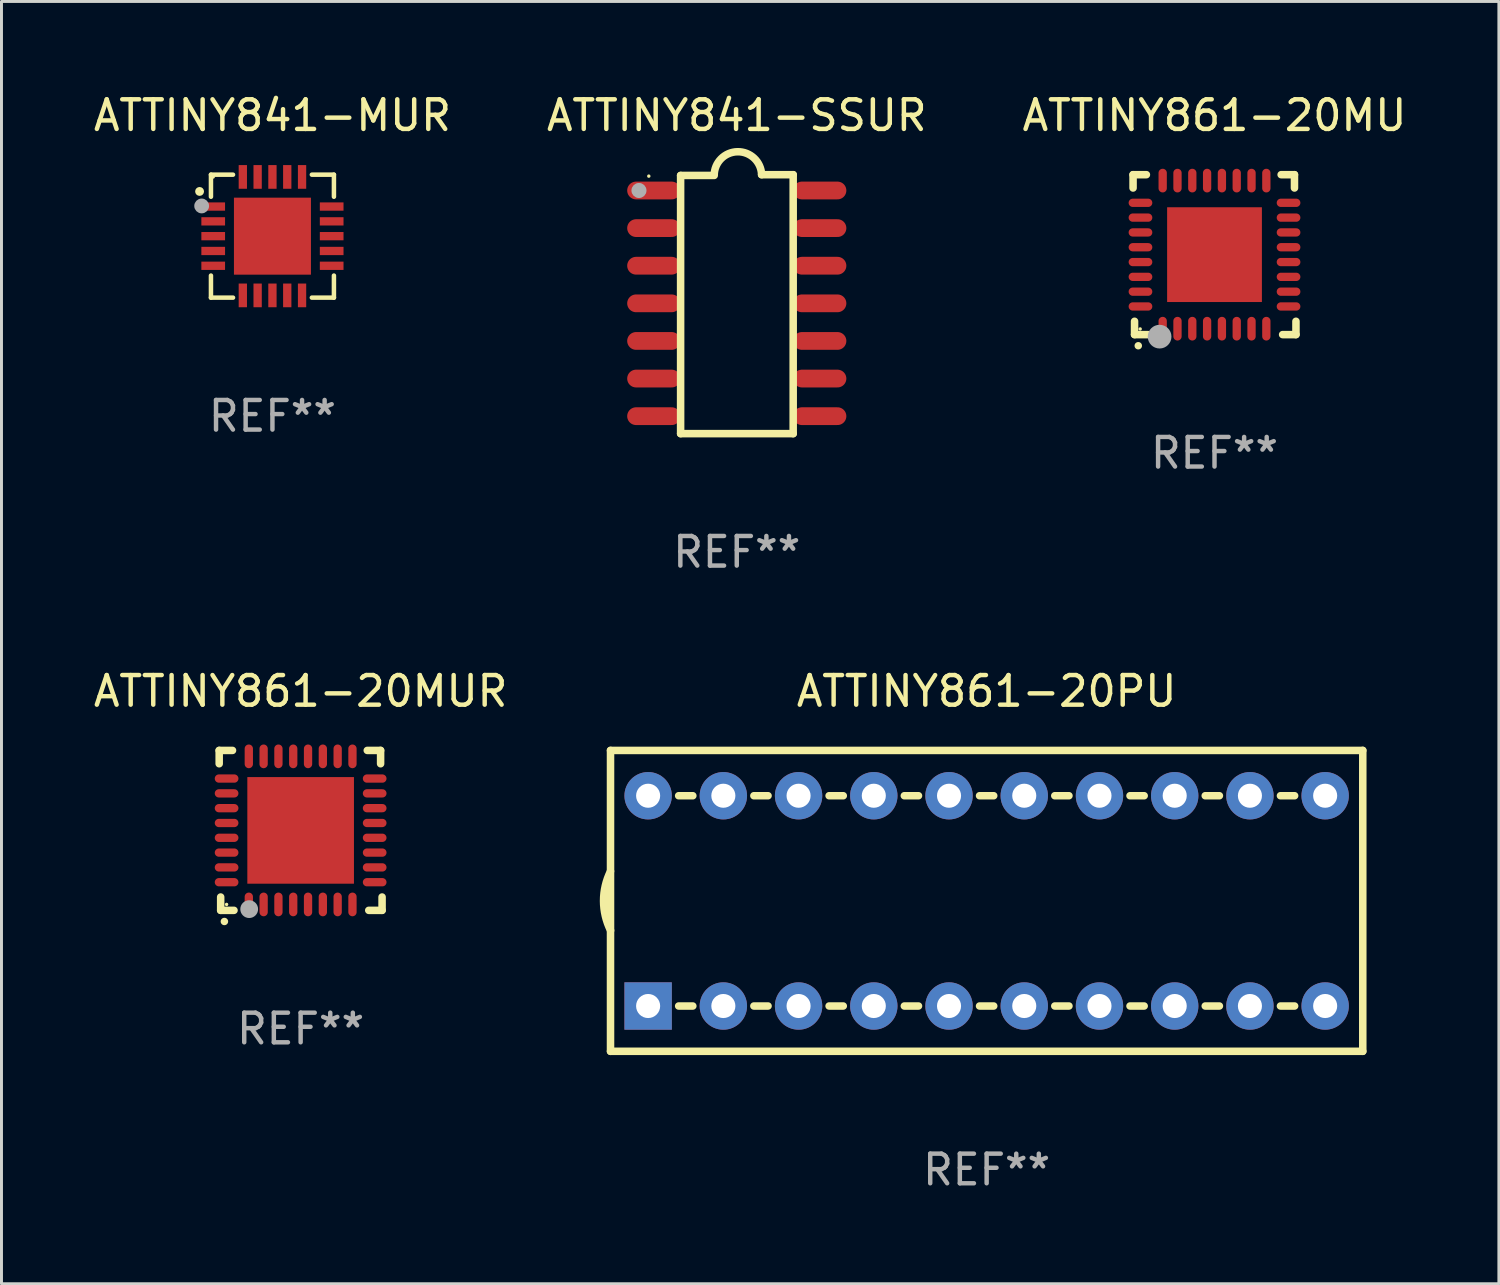
<source format=kicad_pcb>
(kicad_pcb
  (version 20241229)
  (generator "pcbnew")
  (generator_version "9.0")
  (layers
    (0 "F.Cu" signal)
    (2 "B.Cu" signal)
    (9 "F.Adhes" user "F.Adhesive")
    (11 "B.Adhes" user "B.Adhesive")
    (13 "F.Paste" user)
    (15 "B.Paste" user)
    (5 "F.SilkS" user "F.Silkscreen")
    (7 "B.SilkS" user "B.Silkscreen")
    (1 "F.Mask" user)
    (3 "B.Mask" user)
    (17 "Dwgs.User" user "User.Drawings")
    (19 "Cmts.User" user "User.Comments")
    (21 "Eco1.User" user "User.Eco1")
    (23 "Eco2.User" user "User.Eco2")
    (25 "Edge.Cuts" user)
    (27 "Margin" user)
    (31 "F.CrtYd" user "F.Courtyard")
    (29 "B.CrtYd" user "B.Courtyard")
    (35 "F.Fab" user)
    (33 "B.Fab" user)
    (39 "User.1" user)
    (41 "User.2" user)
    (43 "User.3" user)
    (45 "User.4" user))
  (footprint "ATTINY841-MUR"
    (layer "F.Cu")
    (at 6.149 4.924)
    (property "Reference" "ATTINY841-MUR" (at 0 -4.076 0) (layer "F.SilkS") (effects (font (size 1 1) (thickness 0.15))))
    (attr through_hole)
    (fp_line (start -2.076 -2.076) (end -2.076 -1.331) (stroke (width 0.152) (type solid)) (layer "F.SilkS"))
    (fp_line (start -2.076 2.076) (end -2.076 1.331) (stroke (width 0.152) (type solid)) (layer "F.SilkS"))
    (fp_line (start -1.331 -2.076) (end -2.076 -2.076) (stroke (width 0.152) (type solid)) (layer "F.SilkS"))
    (fp_line (start -1.331 2.076) (end -2.076 2.076) (stroke (width 0.152) (type solid)) (layer "F.SilkS"))
    (fp_line (start 1.331 -2.076) (end 2.076 -2.076) (stroke (width 0.152) (type solid)) (layer "F.SilkS"))
    (fp_line (start 1.331 2.076) (end 2.076 2.076) (stroke (width 0.152) (type solid)) (layer "F.SilkS"))
    (fp_line (start 2.076 -2.076) (end 2.076 -1.331) (stroke (width 0.152) (type solid)) (layer "F.SilkS"))
    (fp_line (start 2.076 2.076) (end 2.076 1.331) (stroke (width 0.152) (type solid)) (layer "F.SilkS"))
    (fp_circle (center -2.46 -1.51) (end -2.385 -1.51) (stroke (width 0.15) (type solid)) (fill no) (layer "F.SilkS"))
    (fp_circle (center -2 -2) (end -1.97 -2) (stroke (width 0.06) (type solid)) (fill no) (layer "F.SilkS"))
    (fp_circle (center -2.39 -1.02) (end -2.265 -1.02) (stroke (width 0.25) (type solid)) (fill no) (layer "F.Fab"))
    (fp_text user "REF**" (at 0 6.076 0) (layer "F.Fab") (effects (font (size 1 1) (thickness 0.15))))
    (pad "1" smd rect (at -2 -1) (size 0.8 0.28) (layers "F.Cu" "F.Mask" "F.Paste"))
    (pad "2" smd rect (at -2 -0.5) (size 0.8 0.28) (layers "F.Cu" "F.Mask" "F.Paste"))
    (pad "3" smd rect (at -2 0) (size 0.8 0.28) (layers "F.Cu" "F.Mask" "F.Paste"))
    (pad "4" smd rect (at -2 0.5) (size 0.8 0.28) (layers "F.Cu" "F.Mask" "F.Paste"))
    (pad "5" smd rect (at -2 1) (size 0.8 0.28) (layers "F.Cu" "F.Mask" "F.Paste"))
    (pad "6" smd rect (at -1 2) (size 0.28 0.8) (layers "F.Cu" "F.Mask" "F.Paste"))
    (pad "7" smd rect (at -0.5 2) (size 0.28 0.8) (layers "F.Cu" "F.Mask" "F.Paste"))
    (pad "8" smd rect (at 0 2) (size 0.28 0.8) (layers "F.Cu" "F.Mask" "F.Paste"))
    (pad "9" smd rect (at 0.5 2) (size 0.28 0.8) (layers "F.Cu" "F.Mask" "F.Paste"))
    (pad "10" smd rect (at 1 2) (size 0.28 0.8) (layers "F.Cu" "F.Mask" "F.Paste"))
    (pad "11" smd rect (at 2 1) (size 0.8 0.28) (layers "F.Cu" "F.Mask" "F.Paste"))
    (pad "12" smd rect (at 2 0.5) (size 0.8 0.28) (layers "F.Cu" "F.Mask" "F.Paste"))
    (pad "13" smd rect (at 2 0) (size 0.8 0.28) (layers "F.Cu" "F.Mask" "F.Paste"))
    (pad "14" smd rect (at 2 -0.5) (size 0.8 0.28) (layers "F.Cu" "F.Mask" "F.Paste"))
    (pad "15" smd rect (at 2 -1) (size 0.8 0.28) (layers "F.Cu" "F.Mask" "F.Paste"))
    (pad "16" smd rect (at 1 -2) (size 0.28 0.8) (layers "F.Cu" "F.Mask" "F.Paste"))
    (pad "17" smd rect (at 0.5 -2) (size 0.28 0.8) (layers "F.Cu" "F.Mask" "F.Paste"))
    (pad "18" smd rect (at 0 -2) (size 0.28 0.8) (layers "F.Cu" "F.Mask" "F.Paste"))
    (pad "19" smd rect (at -0.5 -2) (size 0.28 0.8) (layers "F.Cu" "F.Mask" "F.Paste"))
    (pad "20" smd rect (at -1 -2) (size 0.28 0.8) (layers "F.Cu" "F.Mask" "F.Paste"))
    (pad "21" smd rect (at 0 0) (size 2.6 2.6) (layers "F.Cu" "F.Mask" "F.Paste")))
  (footprint "ATTINY861-20MU"
    (layer "F.Cu")
    (at 37.958 5.548)
    (property "Reference" "ATTINY861-20MU" (at 0 -4.7 0) (layer "F.SilkS") (effects (font (size 1 1) (thickness 0.15))))
    (attr through_hole)
    (fp_line (start -2.75 -2.7) (end -2.75 -2.25) (stroke (width 0.254) (type solid)) (layer "F.SilkS"))
    (fp_line (start -2.7 2.7) (end -2.7 2.25) (stroke (width 0.254) (type solid)) (layer "F.SilkS"))
    (fp_line (start -2.3 -2.7) (end -2.75 -2.7) (stroke (width 0.254) (type solid)) (layer "F.SilkS"))
    (fp_line (start -2.25 2.7) (end -2.7 2.7) (stroke (width 0.254) (type solid)) (layer "F.SilkS"))
    (fp_line (start 2.3 2.7) (end 2.75 2.7) (stroke (width 0.254) (type solid)) (layer "F.SilkS"))
    (fp_line (start 2.7 -2.7) (end 2.25 -2.7) (stroke (width 0.254) (type solid)) (layer "F.SilkS"))
    (fp_line (start 2.7 -2.25) (end 2.7 -2.7) (stroke (width 0.254) (type solid)) (layer "F.SilkS"))
    (fp_line (start 2.75 2.7) (end 2.75 2.25) (stroke (width 0.254) (type solid)) (layer "F.SilkS"))
    (fp_arc (start -2.575565 3.075946) (mid -2.574295 3.07594) (end -2.573025 3.075946) (stroke (width 0.25) (type solid)) (layer "F.SilkS"))
    (fp_circle (center -2.51 2.51) (end -2.48 2.51) (stroke (width 0.06) (type solid)) (fill no) (layer "F.SilkS"))
    (fp_circle (center -1.854 2.769) (end -1.654 2.769) (stroke (width 0.4) (type solid)) (fill no) (layer "F.Fab"))
    (fp_text user "REF**" (at 0 6.7 0) (layer "F.Fab") (effects (font (size 1 1) (thickness 0.15))))
    (pad "1" smd oval (at -1.75 2.5) (size 0.28 0.8) (layers "F.Cu" "F.Mask" "F.Paste"))
    (pad "2" smd oval (at -1.25 2.5) (size 0.28 0.8) (layers "F.Cu" "F.Mask" "F.Paste"))
    (pad "3" smd oval (at -0.75 2.5) (size 0.28 0.8) (layers "F.Cu" "F.Mask" "F.Paste"))
    (pad "4" smd oval (at -0.25 2.5) (size 0.28 0.8) (layers "F.Cu" "F.Mask" "F.Paste"))
    (pad "5" smd oval (at 0.25 2.5) (size 0.28 0.8) (layers "F.Cu" "F.Mask" "F.Paste"))
    (pad "6" smd oval (at 0.75 2.5) (size 0.28 0.8) (layers "F.Cu" "F.Mask" "F.Paste"))
    (pad "7" smd oval (at 1.25 2.5) (size 0.28 0.8) (layers "F.Cu" "F.Mask" "F.Paste"))
    (pad "8" smd oval (at 1.75 2.5) (size 0.28 0.8) (layers "F.Cu" "F.Mask" "F.Paste"))
    (pad "9" smd oval (at 2.5 1.75 90) (size 0.28 0.8) (layers "F.Cu" "F.Mask" "F.Paste"))
    (pad "10" smd oval (at 2.5 1.25 90) (size 0.28 0.8) (layers "F.Cu" "F.Mask" "F.Paste"))
    (pad "11" smd oval (at 2.5 0.75 90) (size 0.28 0.8) (layers "F.Cu" "F.Mask" "F.Paste"))
    (pad "12" smd oval (at 2.5 0.25 90) (size 0.28 0.8) (layers "F.Cu" "F.Mask" "F.Paste"))
    (pad "13" smd oval (at 2.5 -0.25 90) (size 0.28 0.8) (layers "F.Cu" "F.Mask" "F.Paste"))
    (pad "14" smd oval (at 2.5 -0.75 90) (size 0.28 0.8) (layers "F.Cu" "F.Mask" "F.Paste"))
    (pad "15" smd oval (at 2.5 -1.25 90) (size 0.28 0.8) (layers "F.Cu" "F.Mask" "F.Paste"))
    (pad "16" smd oval (at 2.5 -1.75 90) (size 0.28 0.8) (layers "F.Cu" "F.Mask" "F.Paste"))
    (pad "17" smd oval (at 1.75 -2.5 180) (size 0.28 0.8) (layers "F.Cu" "F.Mask" "F.Paste"))
    (pad "18" smd oval (at 1.25 -2.5 180) (size 0.28 0.8) (layers "F.Cu" "F.Mask" "F.Paste"))
    (pad "19" smd oval (at 0.75 -2.5 180) (size 0.28 0.8) (layers "F.Cu" "F.Mask" "F.Paste"))
    (pad "20" smd oval (at 0.25 -2.5 180) (size 0.28 0.8) (layers "F.Cu" "F.Mask" "F.Paste"))
    (pad "21" smd oval (at -0.25 -2.5 180) (size 0.28 0.8) (layers "F.Cu" "F.Mask" "F.Paste"))
    (pad "22" smd oval (at -0.75 -2.5 180) (size 0.28 0.8) (layers "F.Cu" "F.Mask" "F.Paste"))
    (pad "23" smd oval (at -1.25 -2.5 180) (size 0.28 0.8) (layers "F.Cu" "F.Mask" "F.Paste"))
    (pad "24" smd oval (at -1.75 -2.5 180) (size 0.28 0.8) (layers "F.Cu" "F.Mask" "F.Paste"))
    (pad "25" smd oval (at -2.5 -1.75 270) (size 0.28 0.8) (layers "F.Cu" "F.Mask" "F.Paste"))
    (pad "26" smd oval (at -2.5 -1.25 270) (size 0.28 0.8) (layers "F.Cu" "F.Mask" "F.Paste"))
    (pad "27" smd oval (at -2.5 -0.75 270) (size 0.28 0.8) (layers "F.Cu" "F.Mask" "F.Paste"))
    (pad "28" smd oval (at -2.5 -0.25 270) (size 0.28 0.8) (layers "F.Cu" "F.Mask" "F.Paste"))
    (pad "29" smd oval (at -2.5 0.25 270) (size 0.28 0.8) (layers "F.Cu" "F.Mask" "F.Paste"))
    (pad "30" smd oval (at -2.5 0.75 270) (size 0.28 0.8) (layers "F.Cu" "F.Mask" "F.Paste"))
    (pad "31" smd oval (at -2.5 1.25 270) (size 0.28 0.8) (layers "F.Cu" "F.Mask" "F.Paste"))
    (pad "32" smd oval (at -2.5 1.75 270) (size 0.28 0.8) (layers "F.Cu" "F.Mask" "F.Paste"))
    (pad "33" smd rect (at 0.000076 0.000076) (size 3.2 3.2) (layers "F.Cu" "F.Mask" "F.Paste")))
  (footprint "ATTINY861-20PU"
    (layer "F.Cu")
    (at 30.264 27.368)
    (property "Reference" "ATTINY861-20PU" (at 0 -7.08 0) (layer "F.SilkS") (effects (font (size 1 1) (thickness 0.15))))
    (attr through_hole)
    (fp_line (start -12.7 -5.08) (end -12.7 5.08) (stroke (width 0.254) (type solid)) (layer "F.SilkS"))
    (fp_line (start -12.7 5.08) (end 12.7 5.08) (stroke (width 0.254) (type solid)) (layer "F.SilkS"))
    (fp_line (start -10.399 -3.55) (end -9.921 -3.55) (stroke (width 0.254) (type solid)) (layer "F.SilkS"))
    (fp_line (start -10.399 3.55) (end -9.921 3.55) (stroke (width 0.254) (type solid)) (layer "F.SilkS"))
    (fp_line (start -7.859 -3.55) (end -7.381 -3.55) (stroke (width 0.254) (type solid)) (layer "F.SilkS"))
    (fp_line (start -7.859 3.55) (end -7.381 3.55) (stroke (width 0.254) (type solid)) (layer "F.SilkS"))
    (fp_line (start -5.319 -3.55) (end -4.841 -3.55) (stroke (width 0.254) (type solid)) (layer "F.SilkS"))
    (fp_line (start -5.319 3.55) (end -4.841 3.55) (stroke (width 0.254) (type solid)) (layer "F.SilkS"))
    (fp_line (start -2.779 -3.55) (end -2.301 -3.55) (stroke (width 0.254) (type solid)) (layer "F.SilkS"))
    (fp_line (start -2.779 3.55) (end -2.301 3.55) (stroke (width 0.254) (type solid)) (layer "F.SilkS"))
    (fp_line (start -0.239 -3.55) (end 0.239 -3.55) (stroke (width 0.254) (type solid)) (layer "F.SilkS"))
    (fp_line (start -0.239 3.55) (end 0.239 3.55) (stroke (width 0.254) (type solid)) (layer "F.SilkS"))
    (fp_line (start 2.301 -3.55) (end 2.779 -3.55) (stroke (width 0.254) (type solid)) (layer "F.SilkS"))
    (fp_line (start 2.301 3.55) (end 2.779 3.55) (stroke (width 0.254) (type solid)) (layer "F.SilkS"))
    (fp_line (start 4.841 -3.55) (end 5.319 -3.55) (stroke (width 0.254) (type solid)) (layer "F.SilkS"))
    (fp_line (start 4.841 3.55) (end 5.319 3.55) (stroke (width 0.254) (type solid)) (layer "F.SilkS"))
    (fp_line (start 7.381 -3.55) (end 7.859 -3.55) (stroke (width 0.254) (type solid)) (layer "F.SilkS"))
    (fp_line (start 7.381 3.55) (end 7.859 3.55) (stroke (width 0.254) (type solid)) (layer "F.SilkS"))
    (fp_line (start 9.921 -3.55) (end 10.399 -3.55) (stroke (width 0.254) (type solid)) (layer "F.SilkS"))
    (fp_line (start 9.921 3.55) (end 10.399 3.55) (stroke (width 0.254) (type solid)) (layer "F.SilkS"))
    (fp_line (start 12.7 -5.08) (end -12.7 -5.08) (stroke (width 0.254) (type solid)) (layer "F.SilkS"))
    (fp_line (start 12.7 5.08) (end 12.7 -5.08) (stroke (width 0.254) (type solid)) (layer "F.SilkS"))
    (fp_arc (start -12.697638 0.999974) (mid -12.934513 0.000281) (end -12.700025 -0.999975) (stroke (width 0.254001) (type solid)) (layer "F.SilkS"))
    (fp_circle (center -12.7 5.08) (end -12.67 5.08) (stroke (width 0.06) (type solid)) (fill no) (layer "F.SilkS"))
    (fp_text user "REF**" (at 0 9.08 0) (layer "F.Fab") (effects (font (size 1 1) (thickness 0.15))))
    (pad "1" thru_hole rect (at -11.43 3.55) (size 1.6 1.6) (drill 0.813) (layers "*.Cu" "*.Mask"))
    (pad "2" thru_hole circle (at -8.89 3.55) (size 1.6 1.6) (drill 0.813) (layers "*.Cu" "*.Mask"))
    (pad "3" thru_hole circle (at -6.35 3.55) (size 1.6 1.6) (drill 0.813) (layers "*.Cu" "*.Mask"))
    (pad "4" thru_hole circle (at -3.81 3.55) (size 1.6 1.6) (drill 0.813) (layers "*.Cu" "*.Mask"))
    (pad "5" thru_hole circle (at -1.27 3.55) (size 1.6 1.6) (drill 0.813) (layers "*.Cu" "*.Mask"))
    (pad "6" thru_hole circle (at 1.27 3.55) (size 1.6 1.6) (drill 0.813) (layers "*.Cu" "*.Mask"))
    (pad "7" thru_hole circle (at 3.81 3.55) (size 1.6 1.6) (drill 0.813) (layers "*.Cu" "*.Mask"))
    (pad "8" thru_hole circle (at 6.35 3.55) (size 1.6 1.6) (drill 0.813) (layers "*.Cu" "*.Mask"))
    (pad "9" thru_hole circle (at 8.89 3.55) (size 1.6 1.6) (drill 0.813) (layers "*.Cu" "*.Mask"))
    (pad "10" thru_hole circle (at 11.43 3.55) (size 1.6 1.6) (drill 0.813) (layers "*.Cu" "*.Mask"))
    (pad "11" thru_hole circle (at 11.43 -3.55) (size 1.6 1.6) (drill 0.813) (layers "*.Cu" "*.Mask"))
    (pad "12" thru_hole circle (at 8.89 -3.55) (size 1.6 1.6) (drill 0.813) (layers "*.Cu" "*.Mask"))
    (pad "13" thru_hole circle (at 6.35 -3.55) (size 1.6 1.6) (drill 0.813) (layers "*.Cu" "*.Mask"))
    (pad "14" thru_hole circle (at 3.81 -3.55) (size 1.6 1.6) (drill 0.813) (layers "*.Cu" "*.Mask"))
    (pad "15" thru_hole circle (at 1.27 -3.55) (size 1.6 1.6) (drill 0.813) (layers "*.Cu" "*.Mask"))
    (pad "16" thru_hole circle (at -1.27 -3.55) (size 1.6 1.6) (drill 0.813) (layers "*.Cu" "*.Mask"))
    (pad "17" thru_hole circle (at -3.81 -3.55) (size 1.6 1.6) (drill 0.813) (layers "*.Cu" "*.Mask"))
    (pad "18" thru_hole circle (at -6.35 -3.55) (size 1.6 1.6) (drill 0.813) (layers "*.Cu" "*.Mask"))
    (pad "19" thru_hole circle (at -8.89 -3.55) (size 1.6 1.6) (drill 0.813) (layers "*.Cu" "*.Mask"))
    (pad "20" thru_hole circle (at -11.43 -3.55) (size 1.6 1.6) (drill 0.813) (layers "*.Cu" "*.Mask")))
  (footprint "ATTINY841-SSUR"
    (layer "F.Cu")
    (at 21.827 7.22)
    (property "Reference" "ATTINY841-SSUR" (at 0 -6.372 0) (layer "F.SilkS") (effects (font (size 1 1) (thickness 0.15))))
    (attr through_hole)
    (fp_line (start -1.896 -4.346) (end -0.813 -4.346) (stroke (width 0.254) (type solid)) (layer "F.SilkS"))
    (fp_line (start -1.896 4.372) (end -1.896 -4.346) (stroke (width 0.254) (type solid)) (layer "F.SilkS"))
    (fp_line (start 0.838 -4.372) (end 1.905 -4.372) (stroke (width 0.254) (type solid)) (layer "F.SilkS"))
    (fp_line (start 1.905 -4.372) (end 1.905 4.372) (stroke (width 0.254) (type solid)) (layer "F.SilkS"))
    (fp_line (start 1.905 4.372) (end -1.896 4.372) (stroke (width 0.254) (type solid)) (layer "F.SilkS"))
    (fp_arc (start -0.761799 -4.346291) (mid 0.025807 -5.146222) (end 0.838405 -4.371692) (stroke (width 0.254001) (type solid)) (layer "F.SilkS"))
    (fp_circle (center -2.97 -4.323) (end -2.94 -4.323) (stroke (width 0.06) (type solid)) (fill no) (layer "F.SilkS"))
    (fp_circle (center -3.302 -3.838) (end -3.175 -3.838) (stroke (width 0.254) (type solid)) (fill no) (layer "F.Fab"))
    (fp_text user "REF**" (at 0 8.372 0) (layer "F.Fab") (effects (font (size 1 1) (thickness 0.15))))
    (pad "1" smd oval (at -2.8 -3.838) (size 1.8 0.6) (layers "F.Cu" "F.Mask" "F.Paste"))
    (pad "2" smd oval (at -2.8 -2.568) (size 1.8 0.6) (layers "F.Cu" "F.Mask" "F.Paste"))
    (pad "3" smd oval (at -2.8 -1.298) (size 1.8 0.6) (layers "F.Cu" "F.Mask" "F.Paste"))
    (pad "4" smd oval (at -2.8 -0.028) (size 1.8 0.6) (layers "F.Cu" "F.Mask" "F.Paste"))
    (pad "5" smd oval (at -2.8 1.242) (size 1.8 0.6) (layers "F.Cu" "F.Mask" "F.Paste"))
    (pad "6" smd oval (at -2.8 2.512) (size 1.8 0.6) (layers "F.Cu" "F.Mask" "F.Paste"))
    (pad "7" smd oval (at -2.8 3.782) (size 1.8 0.6) (layers "F.Cu" "F.Mask" "F.Paste"))
    (pad "8" smd oval (at 2.8 3.782) (size 1.8 0.6) (layers "F.Cu" "F.Mask" "F.Paste"))
    (pad "9" smd oval (at 2.8 2.512) (size 1.8 0.6) (layers "F.Cu" "F.Mask" "F.Paste"))
    (pad "10" smd oval (at 2.8 1.242) (size 1.8 0.6) (layers "F.Cu" "F.Mask" "F.Paste"))
    (pad "11" smd oval (at 2.8 -0.028) (size 1.8 0.6) (layers "F.Cu" "F.Mask" "F.Paste"))
    (pad "12" smd oval (at 2.8 -1.298) (size 1.8 0.6) (layers "F.Cu" "F.Mask" "F.Paste"))
    (pad "13" smd oval (at 2.8 -2.568) (size 1.8 0.6) (layers "F.Cu" "F.Mask" "F.Paste"))
    (pad "14" smd oval (at 2.8 -3.838) (size 1.8 0.6) (layers "F.Cu" "F.Mask" "F.Paste")))
  (footprint "ATTINY861-20MUR"
    (layer "F.Cu")
    (at 7.101 24.988)
    (property "Reference" "ATTINY861-20MUR" (at 0 -4.7 0) (layer "F.SilkS") (effects (font (size 1 1) (thickness 0.15))))
    (attr through_hole)
    (fp_line (start -2.75 -2.7) (end -2.75 -2.25) (stroke (width 0.254) (type solid)) (layer "F.SilkS"))
    (fp_line (start -2.7 2.7) (end -2.7 2.25) (stroke (width 0.254) (type solid)) (layer "F.SilkS"))
    (fp_line (start -2.3 -2.7) (end -2.75 -2.7) (stroke (width 0.254) (type solid)) (layer "F.SilkS"))
    (fp_line (start -2.25 2.7) (end -2.7 2.7) (stroke (width 0.254) (type solid)) (layer "F.SilkS"))
    (fp_line (start 2.3 2.7) (end 2.75 2.7) (stroke (width 0.254) (type solid)) (layer "F.SilkS"))
    (fp_line (start 2.7 -2.7) (end 2.25 -2.7) (stroke (width 0.254) (type solid)) (layer "F.SilkS"))
    (fp_line (start 2.7 -2.25) (end 2.7 -2.7) (stroke (width 0.254) (type solid)) (layer "F.SilkS"))
    (fp_line (start 2.75 2.7) (end 2.75 2.25) (stroke (width 0.254) (type solid)) (layer "F.SilkS"))
    (fp_arc (start -2.575565 3.075946) (mid -2.574295 3.07594) (end -2.573025 3.075946) (stroke (width 0.25) (type solid)) (layer "F.SilkS"))
    (fp_circle (center -2.5 2.5) (end -2.47 2.5) (stroke (width 0.06) (type solid)) (fill no) (layer "F.SilkS"))
    (fp_circle (center -1.737 2.659) (end -1.587 2.659) (stroke (width 0.3) (type solid)) (fill no) (layer "F.Fab"))
    (fp_text user "REF**" (at 0 6.7 0) (layer "F.Fab") (effects (font (size 1 1) (thickness 0.15))))
    (pad "1" smd oval (at -1.75 2.5) (size 0.28 0.8) (layers "F.Cu" "F.Mask" "F.Paste"))
    (pad "2" smd oval (at -1.25 2.5) (size 0.28 0.8) (layers "F.Cu" "F.Mask" "F.Paste"))
    (pad "3" smd oval (at -0.75 2.5) (size 0.28 0.8) (layers "F.Cu" "F.Mask" "F.Paste"))
    (pad "4" smd oval (at -0.25 2.5) (size 0.28 0.8) (layers "F.Cu" "F.Mask" "F.Paste"))
    (pad "5" smd oval (at 0.25 2.5) (size 0.28 0.8) (layers "F.Cu" "F.Mask" "F.Paste"))
    (pad "6" smd oval (at 0.75 2.5) (size 0.28 0.8) (layers "F.Cu" "F.Mask" "F.Paste"))
    (pad "7" smd oval (at 1.25 2.5) (size 0.28 0.8) (layers "F.Cu" "F.Mask" "F.Paste"))
    (pad "8" smd oval (at 1.75 2.5) (size 0.28 0.8) (layers "F.Cu" "F.Mask" "F.Paste"))
    (pad "9" smd oval (at 2.5 1.75) (size 0.8 0.28) (layers "F.Cu" "F.Mask" "F.Paste"))
    (pad "10" smd oval (at 2.5 1.25) (size 0.8 0.28) (layers "F.Cu" "F.Mask" "F.Paste"))
    (pad "11" smd oval (at 2.5 0.75) (size 0.8 0.28) (layers "F.Cu" "F.Mask" "F.Paste"))
    (pad "12" smd oval (at 2.5 0.25) (size 0.8 0.28) (layers "F.Cu" "F.Mask" "F.Paste"))
    (pad "13" smd oval (at 2.5 -0.25) (size 0.8 0.28) (layers "F.Cu" "F.Mask" "F.Paste"))
    (pad "14" smd oval (at 2.5 -0.75) (size 0.8 0.28) (layers "F.Cu" "F.Mask" "F.Paste"))
    (pad "15" smd oval (at 2.5 -1.25) (size 0.8 0.28) (layers "F.Cu" "F.Mask" "F.Paste"))
    (pad "16" smd oval (at 2.5 -1.75) (size 0.8 0.28) (layers "F.Cu" "F.Mask" "F.Paste"))
    (pad "17" smd oval (at 1.75 -2.5) (size 0.28 0.8) (layers "F.Cu" "F.Mask" "F.Paste"))
    (pad "18" smd oval (at 1.25 -2.5) (size 0.28 0.8) (layers "F.Cu" "F.Mask" "F.Paste"))
    (pad "19" smd oval (at 0.75 -2.5) (size 0.28 0.8) (layers "F.Cu" "F.Mask" "F.Paste"))
    (pad "20" smd oval (at 0.25 -2.5) (size 0.28 0.8) (layers "F.Cu" "F.Mask" "F.Paste"))
    (pad "21" smd oval (at -0.25 -2.5) (size 0.28 0.8) (layers "F.Cu" "F.Mask" "F.Paste"))
    (pad "22" smd oval (at -0.75 -2.5) (size 0.28 0.8) (layers "F.Cu" "F.Mask" "F.Paste"))
    (pad "23" smd oval (at -1.25 -2.5) (size 0.28 0.8) (layers "F.Cu" "F.Mask" "F.Paste"))
    (pad "24" smd oval (at -1.75 -2.5) (size 0.28 0.8) (layers "F.Cu" "F.Mask" "F.Paste"))
    (pad "25" smd oval (at -2.5 -1.75) (size 0.8 0.28) (layers "F.Cu" "F.Mask" "F.Paste"))
    (pad "26" smd oval (at -2.5 -1.25) (size 0.8 0.28) (layers "F.Cu" "F.Mask" "F.Paste"))
    (pad "27" smd oval (at -2.5 -0.75) (size 0.8 0.28) (layers "F.Cu" "F.Mask" "F.Paste"))
    (pad "28" smd oval (at -2.5 -0.25) (size 0.8 0.28) (layers "F.Cu" "F.Mask" "F.Paste"))
    (pad "29" smd oval (at -2.5 0.25) (size 0.8 0.28) (layers "F.Cu" "F.Mask" "F.Paste"))
    (pad "30" smd oval (at -2.5 0.75) (size 0.8 0.28) (layers "F.Cu" "F.Mask" "F.Paste"))
    (pad "31" smd oval (at -2.5 1.25) (size 0.8 0.28) (layers "F.Cu" "F.Mask" "F.Paste"))
    (pad "32" smd oval (at -2.5 1.75) (size 0.8 0.28) (layers "F.Cu" "F.Mask" "F.Paste"))
    (pad "33" smd rect (at 0.000076 0.000076) (size 3.6 3.6) (layers "F.Cu" "F.Mask" "F.Paste")))
  (gr_rect
    (start -3 -3)
    (end 47.56 40.296)
    (stroke (width 0.1) (type default))
    (fill no)
    (layer "Edge.Cuts")))
</source>
